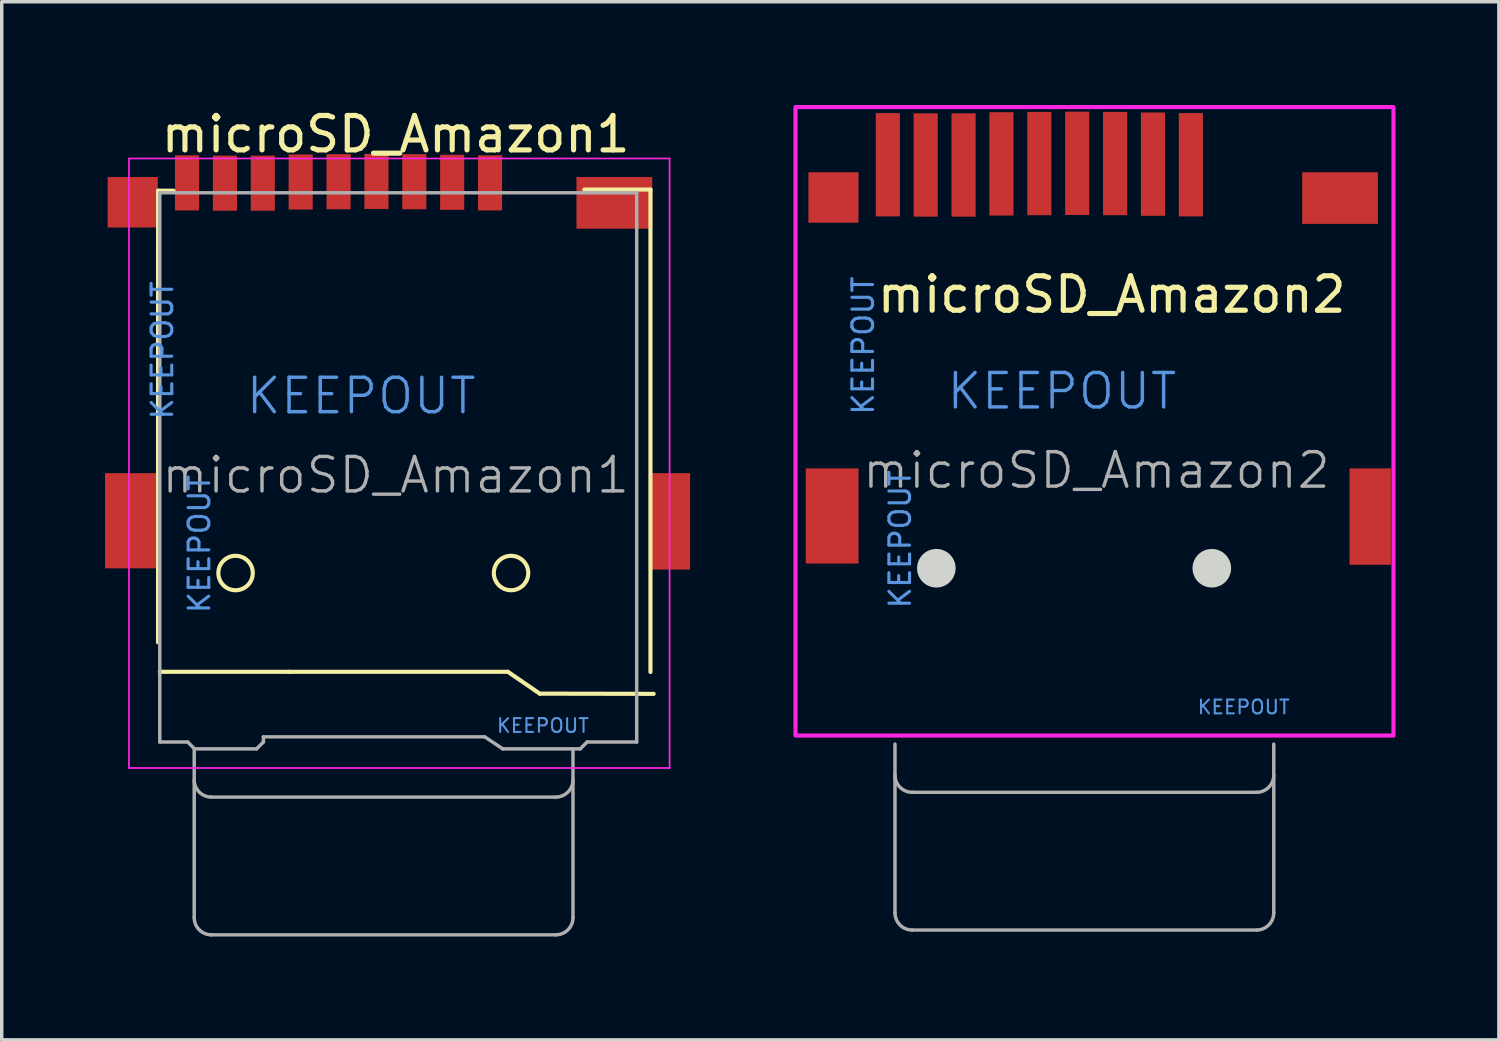
<source format=kicad_pcb>
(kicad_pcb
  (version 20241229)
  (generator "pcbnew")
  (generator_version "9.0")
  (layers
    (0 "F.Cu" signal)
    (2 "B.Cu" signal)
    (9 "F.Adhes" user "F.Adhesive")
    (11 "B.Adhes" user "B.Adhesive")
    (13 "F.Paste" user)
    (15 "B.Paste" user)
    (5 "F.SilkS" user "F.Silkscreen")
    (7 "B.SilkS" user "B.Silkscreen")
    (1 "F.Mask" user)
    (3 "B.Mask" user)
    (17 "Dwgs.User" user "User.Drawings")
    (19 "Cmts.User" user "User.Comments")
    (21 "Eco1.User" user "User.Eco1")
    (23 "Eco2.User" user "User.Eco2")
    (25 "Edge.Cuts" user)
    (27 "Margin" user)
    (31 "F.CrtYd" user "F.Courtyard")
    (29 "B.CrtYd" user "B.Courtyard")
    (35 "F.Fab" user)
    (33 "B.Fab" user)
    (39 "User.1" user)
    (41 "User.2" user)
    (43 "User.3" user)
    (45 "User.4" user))
  (footprint "microSD_Amazon2"
    (layer "F.Cu")
    (at 28.866 10.234)
    (property "Reference" "microSD_Amazon2" (at 0.369 -4.73 180) (layer "F.SilkS") (effects (font (size 1 1) (thickness 0.15))))
    (attr smd)
    (fp_circle (center -4.724 3.218) (end -4.224 3.218) (stroke (width 0.12) (type solid)) (fill yes) (layer "Edge.Cuts"))
    (fp_circle (center 3.276 3.218) (end 3.776 3.218) (stroke (width 0.12) (type solid)) (fill yes) (layer "Edge.Cuts"))
    (fp_rect (start -8.814 -10.174) (end 8.552 8.077) (stroke (width 0.12) (type solid)) (fill no) (layer "F.CrtYd"))
    (fp_line (start -5.925 8.325) (end -5.925 13.225) (stroke (width 0.1) (type solid)) (layer "F.Fab"))
    (fp_line (start -5.425 9.725) (end 4.575 9.725) (stroke (width 0.1) (type solid)) (layer "F.Fab"))
    (fp_line (start -5.425 13.725) (end 4.575 13.725) (stroke (width 0.1) (type solid)) (layer "F.Fab"))
    (fp_line (start 5.075 13.225) (end 5.075 8.325) (stroke (width 0.1) (type solid)) (layer "F.Fab"))
    (fp_arc (start -5.425 9.725) (mid -5.778553 9.578553) (end -5.925 9.225) (stroke (width 0.1) (type solid)) (layer "F.Fab"))
    (fp_arc (start -5.425 13.725) (mid -5.778553 13.578553) (end -5.925 13.225) (stroke (width 0.1) (type solid)) (layer "F.Fab"))
    (fp_arc (start 5.075 9.225) (mid 4.928553 9.578553) (end 4.575 9.725) (stroke (width 0.1) (type solid)) (layer "F.Fab"))
    (fp_arc (start 5.075 13.225) (mid 4.928553 13.578553) (end 4.575 13.725) (stroke (width 0.1) (type solid)) (layer "F.Fab"))
    (fp_text user "KEEPOUT" (at -1.075 -1.925 180) (layer "Cmts.User") (effects (font (size 1 1) (thickness 0.1))))
    (fp_text user "KEEPOUT" (at 4.2 7.25 180) (layer "Cmts.User") (effects (font (size 0.4 0.4) (thickness 0.06))))
    (fp_text user "KEEPOUT" (at -6.85 -3.25 90) (layer "Cmts.User") (effects (font (size 0.6 0.6) (thickness 0.09))))
    (fp_text user "KEEPOUT" (at -5.775 2.375 90) (layer "Cmts.User") (effects (font (size 0.6 0.6) (thickness 0.09))))
    (fp_text user "${REFERENCE}" (at -0.075 0.375 180) (layer "F.Fab") (effects (font (size 1 1) (thickness 0.1))))
    (pad "1" smd rect (at 2.667 -8.5) (size 0.7 3) (layers "F.Cu" "F.Mask" "F.Paste"))
    (pad "2" smd rect (at 1.567 -8.517) (size 0.7 3) (layers "F.Cu" "F.Mask" "F.Paste"))
    (pad "3" smd rect (at 0.467 -8.534) (size 0.7 3) (layers "F.Cu" "F.Mask" "F.Paste"))
    (pad "4" smd rect (at -0.633 -8.542) (size 0.7 3) (layers "F.Cu" "F.Mask" "F.Paste"))
    (pad "5" smd rect (at -1.733 -8.534) (size 0.7 3) (layers "F.Cu" "F.Mask" "F.Paste"))
    (pad "6" smd rect (at -2.833 -8.525) (size 0.7 3) (layers "F.Cu" "F.Mask" "F.Paste"))
    (pad "7" smd rect (at -3.933 -8.492) (size 0.7 3) (layers "F.Cu" "F.Mask" "F.Paste"))
    (pad "8" smd rect (at -5.033 -8.492 180) (size 0.7 3) (layers "F.Cu" "F.Mask" "F.Paste"))
    (pad "9" smd rect (at -7.749 1.7) (size 1.532 2.764) (layers "F.Cu" "F.Mask" "F.Paste"))
    (pad "9" smd rect (at -7.711 -7.549) (size 1.456 1.466) (layers "F.Cu" "F.Mask" "F.Paste"))
    (pad "9" smd rect (at -6.133 -8.5) (size 0.7 3) (layers "F.Cu" "F.Mask" "F.Paste"))
    (pad "9" smd rect (at 7 -7.532) (size 2.2 1.5) (layers "F.Cu" "F.Mask" "F.Paste"))
    (pad "9" smd rect (at 7.876 1.718) (size 1.2 2.8) (layers "F.Cu" "F.Mask" "F.Paste"))
    (zone (net_name "") (layer "F.Cu") (hatch full 0.508) (connect_pads) (min_thickness 0.254) (filled_areas_thickness no) (keepout (tracks not_allowed) (vias not_allowed) (pads not_allowed) (copperpour not_allowed) (footprints not_allowed)) (placement (enabled no)) (fill) (polygon (pts (xy 22.391 6.209) (xy 21.641 6.209) (xy 21.641 3.991) (xy 22.391 3.991))))
    (zone (net_name "") (layer "F.Cu") (hatch full 0.508) (connect_pads) (min_thickness 0.254) (filled_areas_thickness no) (keepout (tracks not_allowed) (vias not_allowed) (pads not_allowed) (copperpour not_allowed) (footprints not_allowed)) (placement (enabled no)) (fill) (polygon (pts (xy 22.391 10.285) (xy 21.641 10.285) (xy 21.641 7.409) (xy 22.391 7.409))))
    (zone (net_name "") (layer "F.Cu") (hatch full 0.508) (connect_pads) (min_thickness 0.254) (filled_areas_thickness no) (keepout (tracks not_allowed) (vias not_allowed) (pads not_allowed) (copperpour not_allowed) (footprints not_allowed)) (placement (enabled no)) (fill) (polygon (pts (xy 22.741 8.809) (xy 23.441 8.809) (xy 23.441 15.815) (xy 22.741 15.815))))
    (zone (net_name "") (layer "F.Cu") (hatch full 0.508) (connect_pads) (min_thickness 0.254) (filled_areas_thickness no) (keepout (tracks not_allowed) (vias not_allowed) (pads not_allowed) (copperpour not_allowed) (footprints not_allowed)) (placement (enabled no)) (fill) (polygon (pts (xy 31.791 16.709) (xy 34.341 16.709) (xy 34.341 18.059) (xy 31.791 18.059))))
    (zone (net_name "") (layer "F.Cu") (hatch full 0.508) (connect_pads) (min_thickness 0.254) (filled_areas_thickness no) (keepout (tracks not_allowed) (vias not_allowed) (pads not_allowed) (copperpour not_allowed) (footprints not_allowed)) (placement (enabled no)) (fill) (polygon (pts (xy 32.141 9.109) (xy 23.441 9.109) (xy 23.441 7.509) (xy 32.141 7.509)))))
  (footprint "microSD_Amazon1"
    (layer "F.Cu")
    (at 8.515 10.373)
    (property "Reference" "microSD_Amazon1" (at -0.075 -9.525 0) (layer "F.SilkS") (effects (font (size 1 1) (thickness 0.15))))
    (attr smd)
    (fp_line (start -6.975 -7.885) (end -6.975 -4.275) (stroke (width 0.12) (type solid)) (layer "F.SilkS"))
    (fp_line (start -6.975 -2.575) (end -6.975 2.125) (stroke (width 0.12) (type solid)) (layer "F.SilkS"))
    (fp_line (start -6.975 3.425) (end -6.975 5.225) (stroke (width 0.12) (type solid)) (layer "F.SilkS"))
    (fp_line (start -6.975 5.225) (end -6.975 -6.08) (stroke (width 0.12) (type solid)) (layer "F.SilkS"))
    (fp_line (start -6.525 -7.885) (end -6.975 -7.885) (stroke (width 0.12) (type solid)) (layer "F.SilkS"))
    (fp_line (start -3.185 6.087) (end -6.924 6.087) (stroke (width 0.12) (type solid)) (layer "F.SilkS"))
    (fp_line (start -3.185 6.087) (end 3.185 6.087) (stroke (width 0.12) (type solid)) (layer "F.SilkS"))
    (fp_line (start 4.109 6.721) (end 3.185 6.087) (stroke (width 0.12) (type solid)) (layer "F.SilkS"))
    (fp_line (start 5.405 -7.918) (end 7.325 -7.918) (stroke (width 0.12) (type solid)) (layer "F.SilkS"))
    (fp_line (start 7.325 -7.918) (end 7.325 6.092) (stroke (width 0.12) (type solid)) (layer "F.SilkS"))
    (fp_line (start 7.418 6.727) (end 4.109 6.721) (stroke (width 0.12) (type solid)) (layer "F.SilkS"))
    (fp_circle (center -4.724 3.218) (end -4.224 3.218) (stroke (width 0.12) (type solid)) (fill no) (layer "F.SilkS"))
    (fp_circle (center 3.276 3.218) (end 3.776 3.218) (stroke (width 0.12) (type solid)) (fill no) (layer "F.SilkS"))
    (fp_line (start -7.82 -8.82) (end 7.88 -8.82) (stroke (width 0.05) (type solid)) (layer "F.CrtYd"))
    (fp_line (start -7.82 8.88) (end -7.82 -8.82) (stroke (width 0.05) (type solid)) (layer "F.CrtYd"))
    (fp_line (start 7.88 -8.82) (end 7.88 8.88) (stroke (width 0.05) (type solid)) (layer "F.CrtYd"))
    (fp_line (start 7.88 8.88) (end -7.82 8.88) (stroke (width 0.05) (type solid)) (layer "F.CrtYd"))
    (fp_line (start -6.925 8.125) (end -6.925 -7.825) (stroke (width 0.1) (type solid)) (layer "F.Fab"))
    (fp_line (start -6.115 8.125) (end -6.925 8.125) (stroke (width 0.1) (type solid)) (layer "F.Fab"))
    (fp_line (start -5.925 8.325) (end -5.925 13.225) (stroke (width 0.1) (type solid)) (layer "F.Fab"))
    (fp_line (start -5.915 8.325) (end -6.115 8.125) (stroke (width 0.1) (type solid)) (layer "F.Fab"))
    (fp_line (start -5.425 9.725) (end 4.575 9.725) (stroke (width 0.1) (type solid)) (layer "F.Fab"))
    (fp_line (start -5.425 13.725) (end 4.575 13.725) (stroke (width 0.1) (type solid)) (layer "F.Fab"))
    (fp_line (start -4.115 8.325) (end -5.915 8.325) (stroke (width 0.1) (type solid)) (layer "F.Fab"))
    (fp_line (start -3.915 8.125) (end -4.115 8.325) (stroke (width 0.1) (type solid)) (layer "F.Fab"))
    (fp_line (start -3.915 8.125) (end -3.915 7.975) (stroke (width 0.1) (type solid)) (layer "F.Fab"))
    (fp_line (start 2.51 7.975) (end -3.915 7.975) (stroke (width 0.1) (type solid)) (layer "F.Fab"))
    (fp_line (start 3.035 8.325) (end 2.51 7.975) (stroke (width 0.1) (type solid)) (layer "F.Fab"))
    (fp_line (start 5.075 13.225) (end 5.075 8.325) (stroke (width 0.1) (type solid)) (layer "F.Fab"))
    (fp_line (start 5.285 8.325) (end 3.035 8.325) (stroke (width 0.1) (type solid)) (layer "F.Fab"))
    (fp_line (start 5.285 8.325) (end 5.485 8.125) (stroke (width 0.1) (type solid)) (layer "F.Fab"))
    (fp_line (start 5.485 8.125) (end 6.925 8.125) (stroke (width 0.1) (type solid)) (layer "F.Fab"))
    (fp_line (start 6.925 -7.825) (end -6.925 -7.825) (stroke (width 0.1) (type solid)) (layer "F.Fab"))
    (fp_line (start 6.925 8.125) (end 6.925 -7.825) (stroke (width 0.1) (type solid)) (layer "F.Fab"))
    (fp_arc (start -5.425 9.725) (mid -5.778553 9.578553) (end -5.925 9.225) (stroke (width 0.1) (type solid)) (layer "F.Fab"))
    (fp_arc (start -5.425 13.725) (mid -5.778553 13.578553) (end -5.925 13.225) (stroke (width 0.1) (type solid)) (layer "F.Fab"))
    (fp_arc (start 5.075 9.225) (mid 4.928553 9.578553) (end 4.575 9.725) (stroke (width 0.1) (type solid)) (layer "F.Fab"))
    (fp_arc (start 5.075 13.225) (mid 4.928553 13.578553) (end 4.575 13.725) (stroke (width 0.1) (type solid)) (layer "F.Fab"))
    (fp_text user "KEEPOUT" (at 4.2 7.65 0) (layer "Cmts.User") (effects (font (size 0.4 0.4) (thickness 0.06))))
    (fp_text user "KEEPOUT" (at -5.775 2.375 90) (layer "Cmts.User") (effects (font (size 0.6 0.6) (thickness 0.09))))
    (fp_text user "KEEPOUT" (at -1.075 -1.925 0) (layer "Cmts.User") (effects (font (size 1 1) (thickness 0.1))))
    (fp_text user "KEEPOUT" (at -6.85 -3.25 90) (layer "Cmts.User") (effects (font (size 0.6 0.6) (thickness 0.09))))
    (fp_text user "${REFERENCE}" (at -0.075 0.375 0) (layer "F.Fab") (effects (font (size 1 1) (thickness 0.1))))
    (pad "1" smd rect (at 2.667 -8.112) (size 0.7 1.6) (layers "F.Cu" "F.Mask" "F.Paste"))
    (pad "2" smd rect (at 1.567 -8.129) (size 0.7 1.6) (layers "F.Cu" "F.Mask" "F.Paste"))
    (pad "3" smd rect (at 0.467 -8.146) (size 0.7 1.6) (layers "F.Cu" "F.Mask" "F.Paste"))
    (pad "4" smd rect (at -0.633 -8.154) (size 0.7 1.6) (layers "F.Cu" "F.Mask" "F.Paste"))
    (pad "5" smd rect (at -1.733 -8.146) (size 0.7 1.6) (layers "F.Cu" "F.Mask" "F.Paste"))
    (pad "6" smd rect (at -2.833 -8.137) (size 0.7 1.6) (layers "F.Cu" "F.Mask" "F.Paste"))
    (pad "7" smd rect (at -3.933 -8.103) (size 0.7 1.6) (layers "F.Cu" "F.Mask" "F.Paste"))
    (pad "8" smd rect (at -5.033 -8.103 180) (size 0.7 1.6) (layers "F.Cu" "F.Mask" "F.Paste"))
    (pad "9" smd rect (at -6.133 -8.112) (size 0.7 1.6) (layers "F.Cu" "F.Mask" "F.Paste"))
    (pad "11" smd rect (at -7.749 1.7) (size 1.532 2.764) (layers "F.Cu" "F.Mask" "F.Paste"))
    (pad "11" smd rect (at -7.711 -7.549) (size 1.456 1.466) (layers "F.Cu" "F.Mask" "F.Paste"))
    (pad "11" smd rect (at 6.276 -7.532) (size 2.2 1.5) (layers "F.Cu" "F.Mask" "F.Paste"))
    (pad "11" smd rect (at 7.876 1.718) (size 1.2 2.8) (layers "F.Cu" "F.Mask" "F.Paste"))
    (zone (net_name "") (layer "F.Cu") (hatch full 0.508) (connect_pads) (min_thickness 0.254) (filled_areas_thickness no) (keepout (tracks not_allowed) (vias not_allowed) (pads not_allowed) (copperpour not_allowed) (footprints not_allowed)) (placement (enabled no)) (fill) (polygon (pts (xy 2.04 6.348) (xy 1.29 6.348) (xy 1.29 3.098) (xy 2.04 3.098))))
    (zone (net_name "") (layer "F.Cu") (hatch full 0.508) (connect_pads) (min_thickness 0.254) (filled_areas_thickness no) (keepout (tracks not_allowed) (vias not_allowed) (pads not_allowed) (copperpour not_allowed) (footprints not_allowed)) (placement (enabled no)) (fill) (polygon (pts (xy 2.04 11.148) (xy 1.29 11.148) (xy 1.29 7.548) (xy 2.04 7.548))))
    (zone (net_name "") (layer "F.Cu") (hatch full 0.508) (connect_pads) (min_thickness 0.254) (filled_areas_thickness no) (keepout (tracks not_allowed) (vias not_allowed) (pads not_allowed) (copperpour not_allowed) (footprints not_allowed)) (placement (enabled no)) (fill) (polygon (pts (xy 2.39 8.948) (xy 3.09 8.948) (xy 3.09 16.548) (xy 2.39 16.548))))
    (zone (net_name "") (layer "F.Cu") (hatch full 0.508) (connect_pads) (min_thickness 0.254) (filled_areas_thickness no) (keepout (tracks not_allowed) (vias not_allowed) (pads not_allowed) (copperpour not_allowed) (footprints not_allowed)) (placement (enabled no)) (fill) (polygon (pts (xy 11.44 17.348) (xy 13.99 17.348) (xy 13.99 18.698) (xy 11.44 18.698))))
    (zone (net_name "") (layer "F.Cu") (hatch full 0.508) (connect_pads) (min_thickness 0.254) (filled_areas_thickness no) (keepout (tracks not_allowed) (vias not_allowed) (pads not_allowed) (copperpour not_allowed) (footprints not_allowed)) (placement (enabled no)) (fill) (polygon (pts (xy 11.79 9.248) (xy 3.09 9.248) (xy 3.09 7.648) (xy 11.79 7.648)))))
  (gr_rect
    (start -3 -3)
    (end 40.478 27.148)
    (stroke (width 0.1) (type default))
    (fill no)
    (layer "Edge.Cuts")))
</source>
